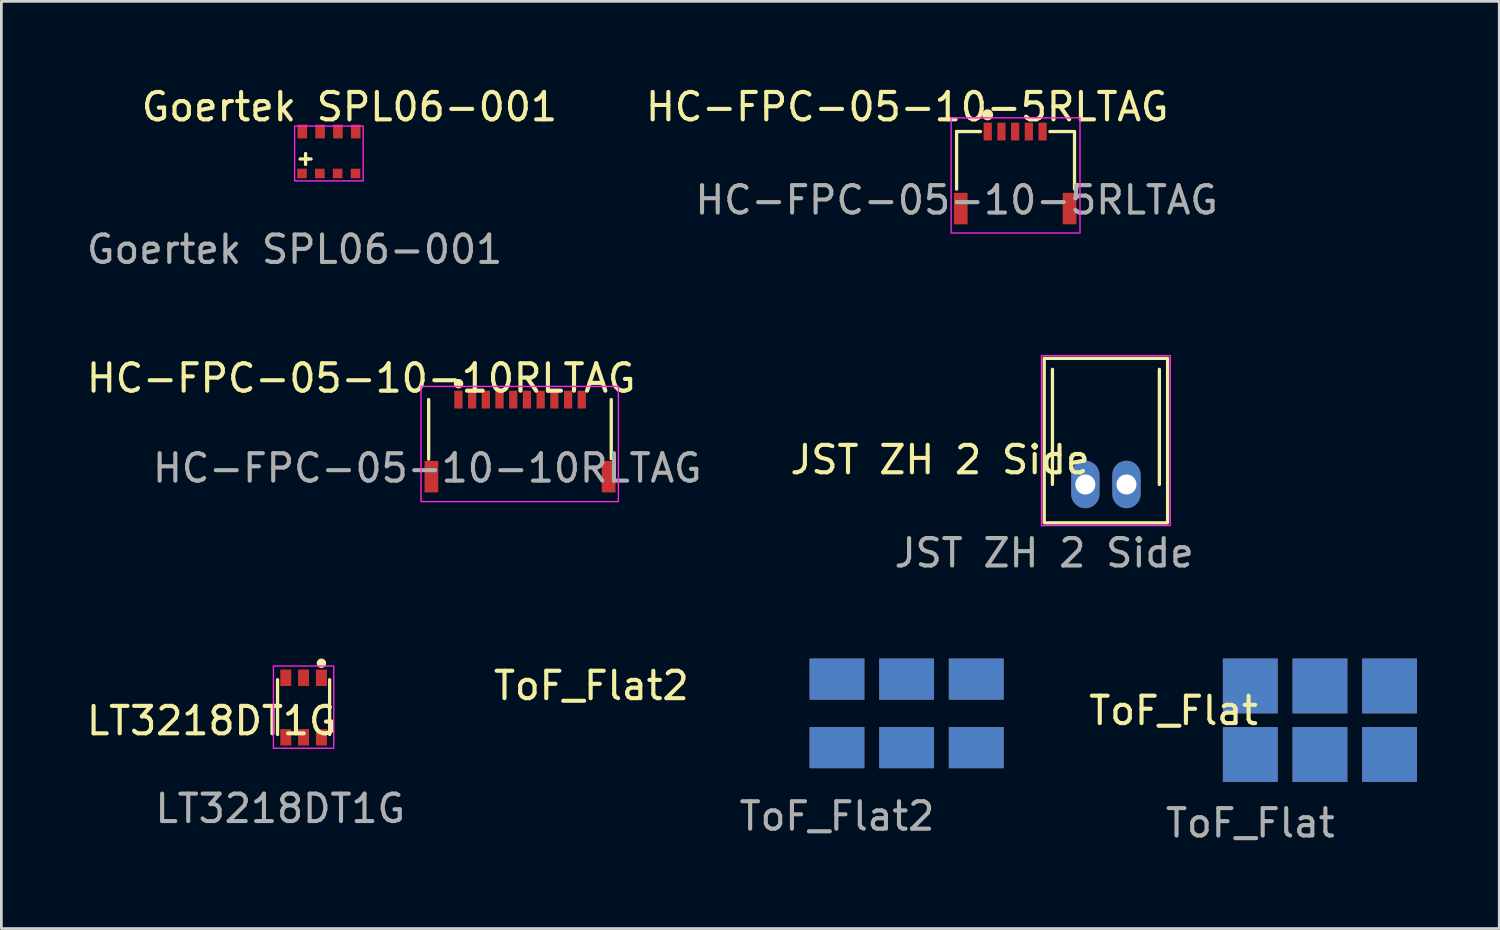
<source format=kicad_pcb>
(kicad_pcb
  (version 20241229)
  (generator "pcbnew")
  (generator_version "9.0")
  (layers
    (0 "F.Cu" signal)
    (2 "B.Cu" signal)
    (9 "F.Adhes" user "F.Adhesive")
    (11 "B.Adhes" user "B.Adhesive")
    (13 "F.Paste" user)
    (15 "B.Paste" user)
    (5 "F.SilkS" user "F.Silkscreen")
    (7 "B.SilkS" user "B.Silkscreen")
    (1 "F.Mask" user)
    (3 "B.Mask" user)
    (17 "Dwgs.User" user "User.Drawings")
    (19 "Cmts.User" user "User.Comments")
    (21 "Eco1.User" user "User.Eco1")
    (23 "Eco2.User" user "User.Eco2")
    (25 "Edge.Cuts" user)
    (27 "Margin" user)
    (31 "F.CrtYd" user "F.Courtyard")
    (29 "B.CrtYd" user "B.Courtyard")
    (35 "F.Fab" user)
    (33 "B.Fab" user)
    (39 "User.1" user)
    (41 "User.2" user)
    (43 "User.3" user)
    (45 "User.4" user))
  (footprint "JST ZH 2 Side"
    (layer "F.Cu")
    (at 35.037 14.621)
    (property "Reference" "JST ZH 2 Side" (at -3.8 -0.9 0) (unlocked yes) (layer "F.SilkS") (effects (font (size 1 1) (thickness 0.15))))
    (attr through_hole)
    (fp_line (start 0.3 -4.2) (end 0.3 0) (stroke (width 0.12) (type solid)) (layer "F.SilkS"))
    (fp_line (start 4.2 -4.2) (end 4.2 0) (stroke (width 0.12) (type solid)) (layer "F.SilkS"))
    (fp_rect (start 0 -4.6) (end 4.5 1.4) (stroke (width 0.12) (type solid)) (fill no) (layer "F.SilkS"))
    (fp_rect (start -0.1 1.5) (end 4.6 -4.7) (stroke (width 0.05) (type solid)) (fill no) (layer "F.CrtYd"))
    (fp_text user "${REFERENCE}" (at 0 2.5 0) (unlocked yes) (layer "F.Fab") (effects (font (size 1 1) (thickness 0.15))))
    (pad "1" thru_hole oval (at 1.5 0) (size 1.03 1.73) (drill 0.73) (layers "*.Cu" "*.Mask"))
    (pad "2" thru_hole oval (at 3 0) (size 1.03 1.73) (drill 0.73) (layers "*.Cu" "*.Mask")))
  (footprint "Goertek SPL06-001"
    (layer "F.Cu")
    (at 7.696 3.548)
    (property "Reference" "Goertek SPL06-001" (at 2 -2.7 0) (unlocked yes) (layer "F.SilkS") (effects (font (size 1 1) (thickness 0.15))))
    (attr smd)
    (fp_line (start 0.2 -0.8) (end 0.5 -0.8) (stroke (width 0.12) (type solid)) (layer "F.SilkS"))
    (fp_line (start 0.4 -1) (end 0.4 -0.6) (stroke (width 0.12) (type solid)) (layer "F.SilkS"))
    (fp_line (start 0.5 -0.8) (end 0.6 -0.8) (stroke (width 0.12) (type solid)) (layer "F.SilkS"))
    (fp_rect (start 0 0) (end 2.5 -2) (stroke (width 0.05) (type solid)) (fill no) (layer "F.CrtYd"))
    (fp_text user "${REFERENCE}" (at 0 2.5 0) (unlocked yes) (layer "F.Fab") (effects (font (size 1 1) (thickness 0.15))))
    (pad "1" smd rect (at 0.28 -1.8) (size 0.35 0.5) (layers "F.Cu" "F.Mask" "F.Paste"))
    (pad "2" smd rect (at 0.93 -1.8) (size 0.35 0.5) (layers "F.Cu" "F.Mask" "F.Paste"))
    (pad "3" smd rect (at 1.58 -1.8) (size 0.35 0.5) (layers "F.Cu" "F.Mask" "F.Paste"))
    (pad "4" smd rect (at 2.23 -1.8) (size 0.35 0.5) (layers "F.Cu" "F.Mask" "F.Paste"))
    (pad "5" smd rect (at 2.22 -0.27) (size 0.35 0.35) (layers "F.Cu" "F.Mask" "F.Paste"))
    (pad "6" smd rect (at 1.57 -0.27) (size 0.35 0.35) (layers "F.Cu" "F.Mask" "F.Paste"))
    (pad "7" smd rect (at 0.92 -0.27) (size 0.35 0.35) (layers "F.Cu" "F.Mask" "F.Paste" "Eco1.User"))
    (pad "8" smd rect (at 0.27 -0.27) (size 0.35 0.35) (layers "F.Cu" "F.Mask" "F.Paste")))
  (footprint "HC-FPC-05-10-5RLTAG"
    (layer "F.Cu")
    (at 31.842 1.748)
    (property "Reference" "HC-FPC-05-10-5RLTAG" (at -1.8 -0.9 0) (unlocked yes) (layer "F.SilkS") (effects (font (size 1 1) (thickness 0.15))))
    (attr smd)
    (fp_line (start 0 0) (end 0.8 0) (stroke (width 0.12) (type solid)) (layer "F.SilkS"))
    (fp_line (start 0 2.1) (end 0 0) (stroke (width 0.12) (type solid)) (layer "F.SilkS"))
    (fp_line (start 0.8 0) (end 0.87 0) (stroke (width 0.12) (type solid)) (layer "F.SilkS"))
    (fp_line (start 4.3 0) (end 3.4 0) (stroke (width 0.12) (type solid)) (layer "F.SilkS"))
    (fp_line (start 4.3 2.1) (end 4.3 0) (stroke (width 0.12) (type solid)) (layer "F.SilkS"))
    (fp_circle (center 1.13 -0.61) (end 1.271 -0.61) (stroke (width 0.12) (type solid)) (fill yes) (layer "F.SilkS"))
    (fp_rect (start -0.2 -0.5) (end 4.5 3.7) (stroke (width 0.05) (type solid)) (fill no) (layer "F.CrtYd"))
    (fp_text user "${REFERENCE}" (at 0 2.5 0) (unlocked yes) (layer "F.Fab") (effects (font (size 1 1) (thickness 0.15))))
    (pad "1" smd rect (at 1.135 0) (size 0.3 0.65) (layers "F.Cu" "F.Mask" "F.Paste"))
    (pad "2" smd rect (at 1.635 0) (size 0.3 0.65) (layers "F.Cu" "F.Mask" "F.Paste"))
    (pad "3" smd rect (at 2.135 0) (size 0.3 0.65) (layers "F.Cu" "F.Mask" "F.Paste"))
    (pad "4" smd rect (at 2.635 0) (size 0.3 0.65) (layers "F.Cu" "F.Mask" "F.Paste"))
    (pad "5" smd rect (at 3.135 0) (size 0.3 0.65) (layers "F.Cu" "F.Mask" "F.Paste"))
    (pad "GND" smd rect (at 0.15 2.81) (size 0.5 1.15) (layers "F.Cu" "F.Mask" "F.Paste"))
    (pad "GND" smd rect (at 4.12 2.81) (size 0.5 1.15) (layers "F.Cu" "F.Mask" "F.Paste")))
  (footprint "ToF_Flat"
    (layer "F.Cu")
    (at 42.554 24.47)
    (property "Reference" "ToF_Flat" (at -2.8 -1.6 0) (unlocked yes) (layer "F.SilkS") (effects (font (size 1 1) (thickness 0.15))))
    (attr smd)
    (fp_text user "${REFERENCE}" (at 0 2.5 0) (unlocked yes) (layer "F.Fab") (effects (font (size 1 1) (thickness 0.15))))
    (pad "1" smd rect (at 0 0) (size 2 2) (layers "F.Cu" "F.Mask" "F.Paste"))
    (pad "1" smd rect (at 0 0) (size 2 2) (layers "B.Cu" "B.Mask" "B.Paste"))
    (pad "2" smd rect (at 0 -2.5) (size 2 2) (layers "F.Cu" "F.Mask" "F.Paste"))
    (pad "2" smd rect (at 0 -2.5) (size 2 2) (layers "B.Cu" "B.Mask" "B.Paste"))
    (pad "3" smd rect (at 2.54 0) (size 2 2) (layers "F.Cu" "F.Mask" "F.Paste"))
    (pad "3" smd rect (at 2.54 0) (size 2 2) (layers "B.Cu" "B.Mask" "B.Paste"))
    (pad "4" smd rect (at 2.54 -2.5) (size 2 2) (layers "F.Cu" "F.Mask" "F.Paste"))
    (pad "4" smd rect (at 2.54 -2.5) (size 2 2) (layers "B.Cu" "B.Mask" "B.Paste"))
    (pad "5" smd rect (at 5.08 0) (size 2 2) (layers "F.Cu" "F.Mask" "F.Paste"))
    (pad "5" smd rect (at 5.08 0) (size 2 2) (layers "B.Cu" "B.Mask" "B.Paste"))
    (pad "6" smd rect (at 5.08 -2.5) (size 2 2) (layers "F.Cu" "F.Mask" "F.Paste"))
    (pad "6" smd rect (at 5.08 -2.5) (size 2 2) (layers "B.Cu" "B.Mask" "B.Paste")))
  (footprint "LT3218DT1G"
    (layer "F.Cu")
    (at 7.173 23.942)
    (property "Reference" "LT3218DT1G" (at -2.5 -0.7 0) (unlocked yes) (layer "F.SilkS") (effects (font (size 1 1) (thickness 0.15))))
    (attr smd)
    (fp_line (start -0.1 -0.2) (end -0.1 -2.2) (stroke (width 0.12) (type solid)) (layer "F.SilkS"))
    (fp_line (start 1.8 -0.2) (end 1.8 -2.2) (stroke (width 0.12) (type solid)) (layer "F.SilkS"))
    (fp_circle (center 1.5 -2.8) (end 1.612 -2.8) (stroke (width 0.12) (type solid)) (fill yes) (layer "F.SilkS"))
    (fp_rect (start -0.25 -2.7) (end 1.95 0.3) (stroke (width 0.05) (type solid)) (fill no) (layer "F.CrtYd"))
    (fp_text user "${REFERENCE}" (at 0 2.5 0) (unlocked yes) (layer "F.Fab") (effects (font (size 1 1) (thickness 0.15))))
    (pad "1" smd rect (at 1.5 -2.27) (size 0.4 0.6) (layers "F.Cu" "F.Mask" "F.Paste"))
    (pad "2" smd rect (at 0.85 -2.27) (size 0.4 0.6) (layers "F.Cu" "F.Mask" "F.Paste"))
    (pad "3" smd rect (at 0.2 -2.27) (size 0.4 0.6) (layers "F.Cu" "F.Mask" "F.Paste"))
    (pad "4" smd rect (at 0.2 -0.1) (size 0.4 0.6) (layers "F.Cu" "F.Mask" "F.Paste"))
    (pad "5" smd rect (at 0.85 -0.1) (size 0.4 0.6) (layers "F.Cu" "F.Mask" "F.Paste"))
    (pad "6" smd rect (at 1.5 -0.1) (size 0.4 0.6) (layers "F.Cu" "F.Mask" "F.Paste")))
  (footprint "HC-FPC-05-10-10RLTAG"
    (layer "F.Cu")
    (at 12.535 11.525)
    (property "Reference" "HC-FPC-05-10-10RLTAG" (at -2.41 -0.78 0) (unlocked yes) (layer "F.SilkS") (effects (font (size 1 1) (thickness 0.15))))
    (attr smd)
    (fp_line (start 0.05 2.17) (end 0.05 0) (stroke (width 0.12) (type solid)) (layer "F.SilkS"))
    (fp_line (start 6.71 2.15) (end 6.71 0) (stroke (width 0.12) (type solid)) (layer "F.SilkS"))
    (fp_circle (center 1.14 -0.58) (end 1.252 -0.58) (stroke (width 0.12) (type solid)) (fill yes) (layer "F.SilkS"))
    (fp_rect (start -0.23 -0.48) (end 6.97 3.72) (stroke (width 0.05) (type solid)) (fill no) (layer "F.CrtYd"))
    (fp_text user "${REFERENCE}" (at 0 2.5 0) (unlocked yes) (layer "F.Fab") (effects (font (size 1 1) (thickness 0.15))))
    (pad "1" smd rect (at 1.135 0) (size 0.3 0.65) (layers "F.Cu" "F.Mask" "F.Paste"))
    (pad "2" smd rect (at 1.635 0) (size 0.3 0.65) (layers "F.Cu" "F.Mask" "F.Paste"))
    (pad "3" smd rect (at 2.135 0) (size 0.3 0.65) (layers "F.Cu" "F.Mask" "F.Paste"))
    (pad "4" smd rect (at 2.635 0) (size 0.3 0.65) (layers "F.Cu" "F.Mask" "F.Paste"))
    (pad "5" smd rect (at 3.135 0) (size 0.3 0.65) (layers "F.Cu" "F.Mask" "F.Paste"))
    (pad "6" smd rect (at 3.635 0) (size 0.3 0.65) (layers "F.Cu" "F.Mask" "F.Paste"))
    (pad "7" smd rect (at 4.135 0) (size 0.3 0.65) (layers "F.Cu" "F.Mask" "F.Paste"))
    (pad "8" smd rect (at 4.635 0) (size 0.3 0.65) (layers "F.Cu" "F.Mask" "F.Paste"))
    (pad "9" smd rect (at 5.135 0) (size 0.3 0.65) (layers "F.Cu" "F.Mask" "F.Paste"))
    (pad "10" smd rect (at 5.635 0) (size 0.3 0.65) (layers "F.Cu" "F.Mask" "F.Paste"))
    (pad "GND" smd rect (at 0.15 2.81) (size 0.5 1.15) (layers "F.Cu" "F.Mask" "F.Paste"))
    (pad "GND" smd rect (at 6.615 2.81) (size 0.5 1.15) (layers "F.Cu" "F.Mask" "F.Paste")))
  (footprint "ToF_Flat2"
    (layer "F.Cu")
    (at 27.478 24.22)
    (property "Reference" "ToF_Flat2" (at -8.96 -2.26 0) (unlocked yes) (layer "F.SilkS") (effects (font (size 1 1) (thickness 0.15))))
    (attr smd)
    (fp_text user "${REFERENCE}" (at 0 2.5 0) (unlocked yes) (layer "F.Fab") (effects (font (size 1 1) (thickness 0.15))))
    (pad "1" smd rect (at 0 0) (size 2 1.5) (layers "F.Cu" "F.Mask" "F.Paste"))
    (pad "1" smd rect (at 0 0) (size 2 1.5) (layers "B.Cu" "B.Mask" "B.Paste"))
    (pad "2" smd rect (at 0 -2.5) (size 2 1.5) (layers "F.Cu" "F.Mask" "F.Paste"))
    (pad "2" smd rect (at 0 -2.5) (size 2 1.5) (layers "B.Cu" "B.Mask" "B.Paste"))
    (pad "3" smd rect (at 2.54 0) (size 2 1.5) (layers "F.Cu" "F.Mask" "F.Paste"))
    (pad "3" smd rect (at 2.54 0) (size 2 1.5) (layers "B.Cu" "B.Mask" "B.Paste"))
    (pad "4" smd rect (at 2.54 -2.5) (size 2 1.5) (layers "F.Cu" "F.Mask" "F.Paste"))
    (pad "4" smd rect (at 2.54 -2.5) (size 2 1.5) (layers "B.Cu" "B.Mask" "B.Paste"))
    (pad "5" smd rect (at 5.08 0) (size 2 1.5) (layers "F.Cu" "F.Mask" "F.Paste"))
    (pad "5" smd rect (at 5.08 0) (size 2 1.5) (layers "B.Cu" "B.Mask" "B.Paste"))
    (pad "6" smd rect (at 5.08 -2.5) (size 2 1.5) (layers "F.Cu" "F.Mask" "F.Paste"))
    (pad "6" smd rect (at 5.08 -2.5) (size 2 1.5) (layers "B.Cu" "B.Mask" "B.Paste")))
  (gr_rect
    (start -3 -3)
    (end 51.634 30.818)
    (stroke (width 0.1) (type default))
    (fill no)
    (layer "Edge.Cuts")))
</source>
